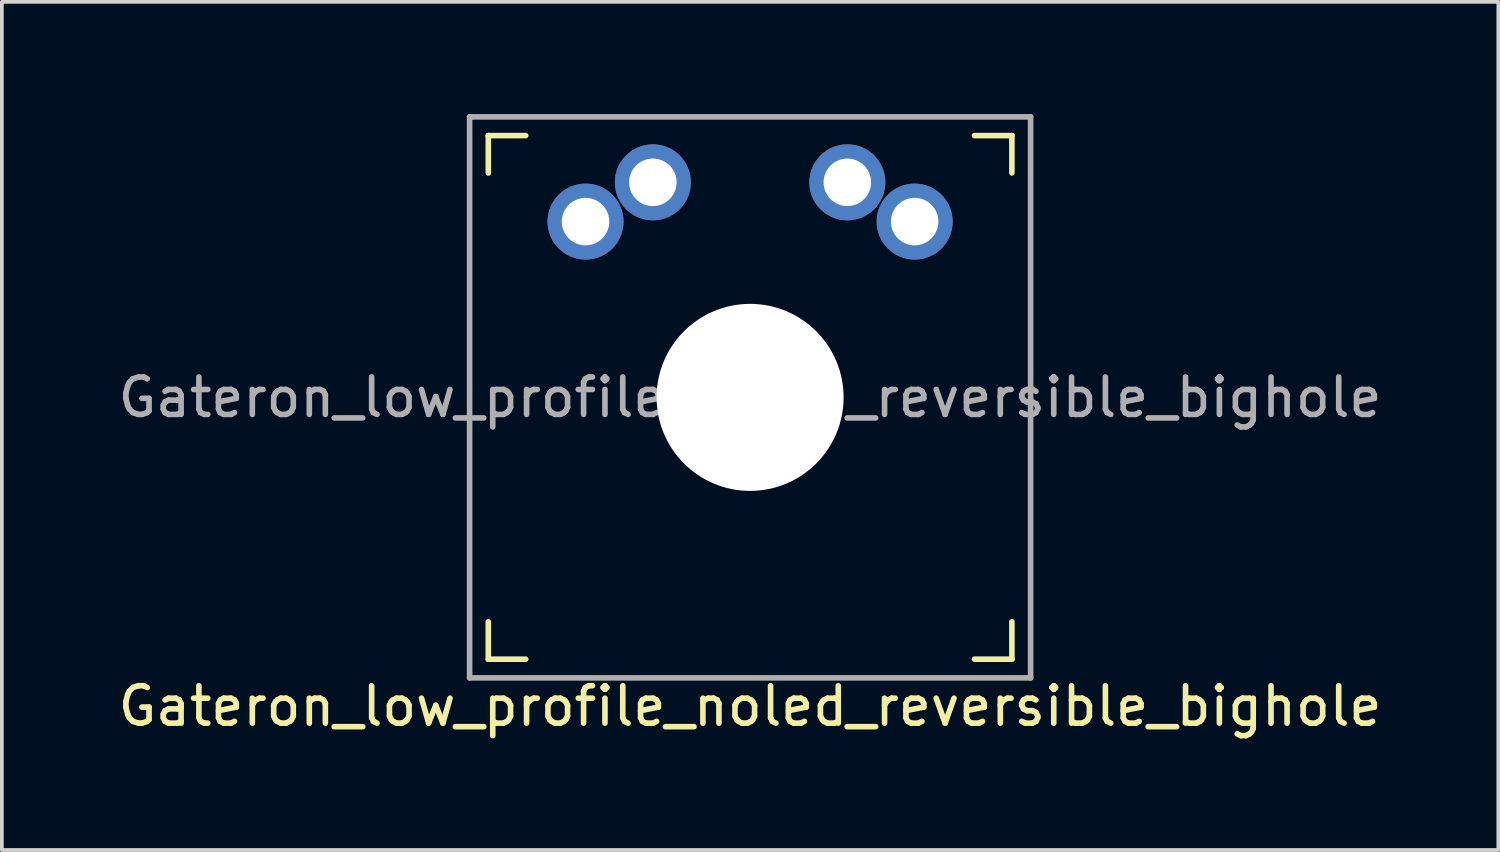
<source format=kicad_pcb>
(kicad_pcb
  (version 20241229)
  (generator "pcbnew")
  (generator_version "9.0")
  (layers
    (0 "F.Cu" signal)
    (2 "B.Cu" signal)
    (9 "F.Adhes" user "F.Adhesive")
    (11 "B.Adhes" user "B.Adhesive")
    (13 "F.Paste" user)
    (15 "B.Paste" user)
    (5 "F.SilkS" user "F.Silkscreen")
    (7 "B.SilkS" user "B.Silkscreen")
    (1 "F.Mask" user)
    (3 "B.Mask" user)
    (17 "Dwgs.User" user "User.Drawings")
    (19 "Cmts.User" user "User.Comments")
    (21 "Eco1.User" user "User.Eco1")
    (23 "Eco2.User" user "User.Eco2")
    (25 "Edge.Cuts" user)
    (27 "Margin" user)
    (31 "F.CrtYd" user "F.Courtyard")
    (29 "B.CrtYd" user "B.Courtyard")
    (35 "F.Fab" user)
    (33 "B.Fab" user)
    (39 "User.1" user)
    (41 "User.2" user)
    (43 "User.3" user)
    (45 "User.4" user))
  (footprint "Gateron_low_profile_noled_reversible_bighole"
    (layer "F.Cu")
    (at 17.006 7.575)
    (property "Reference" "Gateron_low_profile_noled_reversible_bighole" (at 0 8.255 180) (layer "F.SilkS") (effects (font (size 1 1) (thickness 0.15))))
    (attr through_hole)
    (fp_line (start -7 -6) (end -7 -7) (stroke (width 0.15) (type solid)) (layer "F.SilkS"))
    (fp_line (start -7 7) (end -7 6) (stroke (width 0.15) (type solid)) (layer "F.SilkS"))
    (fp_line (start -7 7) (end -6 7) (stroke (width 0.15) (type solid)) (layer "F.SilkS"))
    (fp_line (start -6 -7) (end -7 -7) (stroke (width 0.15) (type solid)) (layer "F.SilkS"))
    (fp_line (start 6 7) (end 7 7) (stroke (width 0.15) (type solid)) (layer "F.SilkS"))
    (fp_line (start 7 -7) (end 6 -7) (stroke (width 0.15) (type solid)) (layer "F.SilkS"))
    (fp_line (start 7 -7) (end 7 -6) (stroke (width 0.15) (type solid)) (layer "F.SilkS"))
    (fp_line (start 7 6) (end 7 7) (stroke (width 0.15) (type solid)) (layer "F.SilkS"))
    (fp_line (start -6.9 6.9) (end -6.9 -6.9) (stroke (width 0.15) (type solid)) (layer "Eco2.User"))
    (fp_line (start -6.9 6.9) (end 6.9 6.9) (stroke (width 0.15) (type solid)) (layer "Eco2.User"))
    (fp_line (start 6.9 -6.9) (end -6.9 -6.9) (stroke (width 0.15) (type solid)) (layer "Eco2.User"))
    (fp_line (start 6.9 -6.9) (end 6.9 6.9) (stroke (width 0.15) (type solid)) (layer "Eco2.User"))
    (fp_line (start -7.5 -7.5) (end 7.5 -7.5) (stroke (width 0.15) (type solid)) (layer "F.Fab"))
    (fp_line (start -7.5 7.5) (end -7.5 -7.5) (stroke (width 0.15) (type solid)) (layer "F.Fab"))
    (fp_line (start 7.5 -7.5) (end 7.5 7.5) (stroke (width 0.15) (type solid)) (layer "F.Fab"))
    (fp_line (start 7.5 7.5) (end -7.5 7.5) (stroke (width 0.15) (type solid)) (layer "F.Fab"))
    (fp_text user "${REFERENCE}" (at 0 0 180) (layer "F.Fab") (effects (font (size 1 1) (thickness 0.15))))
    (pad "" np_thru_hole circle (at 0 0 180) (size 5 5) (drill 5.25) (layers "*.Cu" "*.Mask"))
    (pad "1" thru_hole circle (at -4.4 -4.7 180) (size 2.032 2.032) (drill 1.27) (layers "*.Cu" "*.Mask"))
    (pad "1" thru_hole circle (at -2.6 -5.75 180) (size 2.032 2.032) (drill 1.27) (layers "*.Cu" "*.Mask"))
    (pad "2" thru_hole circle (at 2.6 -5.75 180) (size 2.032 2.032) (drill 1.27) (layers "*.Cu" "*.Mask"))
    (pad "2" thru_hole circle (at 4.4 -4.7 180) (size 2.032 2.032) (drill 1.27) (layers "*.Cu" "*.Mask")))
  (gr_rect
    (start -3 -3)
    (end 37.012 19.678)
    (stroke (width 0.1) (type default))
    (fill no)
    (layer "Edge.Cuts")))
</source>
